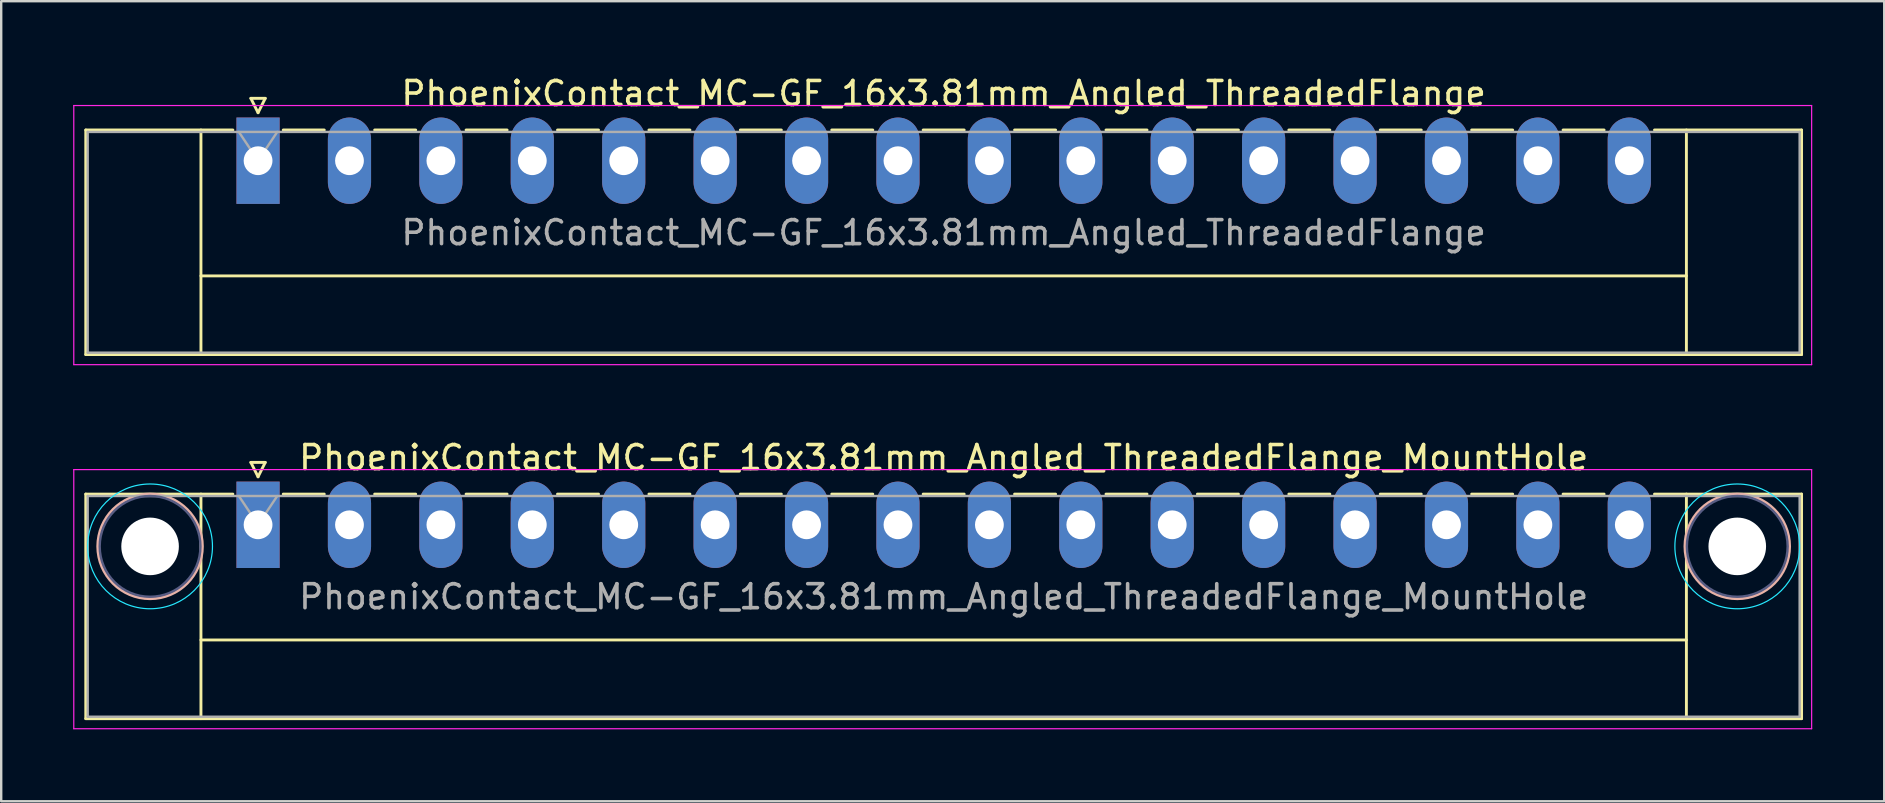
<source format=kicad_pcb>
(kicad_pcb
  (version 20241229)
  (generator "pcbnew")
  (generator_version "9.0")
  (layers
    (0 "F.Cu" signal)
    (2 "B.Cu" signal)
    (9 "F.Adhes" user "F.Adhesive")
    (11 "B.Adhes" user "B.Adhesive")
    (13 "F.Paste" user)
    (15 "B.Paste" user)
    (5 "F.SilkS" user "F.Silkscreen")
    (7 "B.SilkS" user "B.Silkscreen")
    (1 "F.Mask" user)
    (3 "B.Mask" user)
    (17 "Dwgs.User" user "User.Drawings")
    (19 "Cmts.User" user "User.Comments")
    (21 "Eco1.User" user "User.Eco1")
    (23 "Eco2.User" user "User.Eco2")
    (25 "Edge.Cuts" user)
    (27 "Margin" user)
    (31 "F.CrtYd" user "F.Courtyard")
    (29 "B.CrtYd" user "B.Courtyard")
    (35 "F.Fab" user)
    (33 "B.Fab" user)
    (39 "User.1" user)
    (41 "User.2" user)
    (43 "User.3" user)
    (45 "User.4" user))
  (footprint "PhoenixContact_MC-GF_16x3.81mm_Angled_ThreadedFlange_MountHole"
    (layer "F.Cu")
    (at 7.705 18.822)
    (property "Reference" "PhoenixContact_MC-GF_16x3.81mm_Angled_ThreadedFlange_MountHole" (at 28.575 -2.8 0) (layer "F.SilkS") (effects (font (size 1 1) (thickness 0.15))))
    (attr through_hole)
    (fp_line (start -7.18 -1.28) (end -7.18 8.08) (stroke (width 0.12) (type solid)) (layer "F.SilkS"))
    (fp_line (start -7.18 -1.28) (end -1.05 -1.28) (stroke (width 0.12) (type solid)) (layer "F.SilkS"))
    (fp_line (start -7.18 8.08) (end 64.33 8.08) (stroke (width 0.12) (type solid)) (layer "F.SilkS"))
    (fp_line (start -2.38 -1.28) (end -2.38 8.08) (stroke (width 0.12) (type solid)) (layer "F.SilkS"))
    (fp_line (start -2.38 4.8) (end 59.53 4.8) (stroke (width 0.12) (type solid)) (layer "F.SilkS"))
    (fp_line (start -0.3 -2.6) (end 0.3 -2.6) (stroke (width 0.12) (type solid)) (layer "F.SilkS"))
    (fp_line (start 0 -2) (end -0.3 -2.6) (stroke (width 0.12) (type solid)) (layer "F.SilkS"))
    (fp_line (start 0.3 -2.6) (end 0 -2) (stroke (width 0.12) (type solid)) (layer "F.SilkS"))
    (fp_line (start 1.05 -1.28) (end 2.76 -1.28) (stroke (width 0.12) (type solid)) (layer "F.SilkS"))
    (fp_line (start 4.86 -1.28) (end 6.57 -1.28) (stroke (width 0.12) (type solid)) (layer "F.SilkS"))
    (fp_line (start 8.67 -1.28) (end 10.38 -1.28) (stroke (width 0.12) (type solid)) (layer "F.SilkS"))
    (fp_line (start 12.48 -1.28) (end 14.19 -1.28) (stroke (width 0.12) (type solid)) (layer "F.SilkS"))
    (fp_line (start 16.29 -1.28) (end 18 -1.28) (stroke (width 0.12) (type solid)) (layer "F.SilkS"))
    (fp_line (start 20.1 -1.28) (end 21.81 -1.28) (stroke (width 0.12) (type solid)) (layer "F.SilkS"))
    (fp_line (start 23.91 -1.28) (end 25.62 -1.28) (stroke (width 0.12) (type solid)) (layer "F.SilkS"))
    (fp_line (start 27.72 -1.28) (end 29.43 -1.28) (stroke (width 0.12) (type solid)) (layer "F.SilkS"))
    (fp_line (start 31.53 -1.28) (end 33.24 -1.28) (stroke (width 0.12) (type solid)) (layer "F.SilkS"))
    (fp_line (start 35.34 -1.28) (end 37.05 -1.28) (stroke (width 0.12) (type solid)) (layer "F.SilkS"))
    (fp_line (start 39.15 -1.28) (end 40.86 -1.28) (stroke (width 0.12) (type solid)) (layer "F.SilkS"))
    (fp_line (start 42.96 -1.28) (end 44.67 -1.28) (stroke (width 0.12) (type solid)) (layer "F.SilkS"))
    (fp_line (start 46.77 -1.28) (end 48.48 -1.28) (stroke (width 0.12) (type solid)) (layer "F.SilkS"))
    (fp_line (start 50.58 -1.28) (end 52.29 -1.28) (stroke (width 0.12) (type solid)) (layer "F.SilkS"))
    (fp_line (start 54.39 -1.28) (end 56.1 -1.28) (stroke (width 0.12) (type solid)) (layer "F.SilkS"))
    (fp_line (start 59.53 -1.28) (end 59.53 8.08) (stroke (width 0.12) (type solid)) (layer "F.SilkS"))
    (fp_line (start 64.33 -1.28) (end 58.2 -1.28) (stroke (width 0.12) (type solid)) (layer "F.SilkS"))
    (fp_line (start 64.33 8.08) (end 64.33 -1.28) (stroke (width 0.12) (type solid)) (layer "F.SilkS"))
    (fp_circle (center -4.5 0.9) (end -2.32 0.9) (stroke (width 0.12) (type solid)) (fill no) (layer "B.SilkS"))
    (fp_circle (center 61.65 0.9) (end 63.83 0.9) (stroke (width 0.12) (type solid)) (fill no) (layer "B.SilkS"))
    (fp_circle (center -4.5 0.9) (end -1.9 0.9) (stroke (width 0.05) (type solid)) (fill no) (layer "B.CrtYd"))
    (fp_circle (center 61.65 0.9) (end 64.25 0.9) (stroke (width 0.05) (type solid)) (fill no) (layer "B.CrtYd"))
    (fp_line (start -7.68 -2.3) (end -7.68 8.5) (stroke (width 0.05) (type solid)) (layer "F.CrtYd"))
    (fp_line (start -7.68 8.5) (end 64.75 8.5) (stroke (width 0.05) (type solid)) (layer "F.CrtYd"))
    (fp_line (start 64.75 -2.3) (end -7.68 -2.3) (stroke (width 0.05) (type solid)) (layer "F.CrtYd"))
    (fp_line (start 64.75 8.5) (end 64.75 -2.3) (stroke (width 0.05) (type solid)) (layer "F.CrtYd"))
    (fp_circle (center -4.5 0.9) (end -2.4 0.9) (stroke (width 0.1) (type solid)) (fill no) (layer "B.Fab"))
    (fp_circle (center 61.65 0.9) (end 63.75 0.9) (stroke (width 0.1) (type solid)) (fill no) (layer "B.Fab"))
    (fp_line (start -7.1 -1.2) (end -7.1 8) (stroke (width 0.1) (type solid)) (layer "F.Fab"))
    (fp_line (start -7.1 8) (end 64.25 8) (stroke (width 0.1) (type solid)) (layer "F.Fab"))
    (fp_line (start 0 0) (end -0.8 -1.2) (stroke (width 0.1) (type solid)) (layer "F.Fab"))
    (fp_line (start 0.8 -1.2) (end 0 0) (stroke (width 0.1) (type solid)) (layer "F.Fab"))
    (fp_line (start 64.25 -1.2) (end -7.1 -1.2) (stroke (width 0.1) (type solid)) (layer "F.Fab"))
    (fp_line (start 64.25 8) (end 64.25 -1.2) (stroke (width 0.1) (type solid)) (layer "F.Fab"))
    (fp_text user "${REFERENCE}" (at 28.575 3 0) (layer "F.Fab") (effects (font (size 1 1) (thickness 0.15))))
    (pad "" np_thru_hole circle (at -4.5 0.9) (size 2.4 2.4) (drill 2.4) (layers "*.Cu" "*.Mask"))
    (pad "" np_thru_hole circle (at 61.65 0.9) (size 2.4 2.4) (drill 2.4) (layers "*.Cu" "*.Mask"))
    (pad "1" thru_hole rect (at 0 0) (size 1.8 3.6) (drill 1.2) (layers "*.Cu" "*.Mask"))
    (pad "2" thru_hole oval (at 3.81 0) (size 1.8 3.6) (drill 1.2) (layers "*.Cu" "*.Mask"))
    (pad "3" thru_hole oval (at 7.62 0) (size 1.8 3.6) (drill 1.2) (layers "*.Cu" "*.Mask"))
    (pad "4" thru_hole oval (at 11.43 0) (size 1.8 3.6) (drill 1.2) (layers "*.Cu" "*.Mask"))
    (pad "5" thru_hole oval (at 15.24 0) (size 1.8 3.6) (drill 1.2) (layers "*.Cu" "*.Mask"))
    (pad "6" thru_hole oval (at 19.05 0) (size 1.8 3.6) (drill 1.2) (layers "*.Cu" "*.Mask"))
    (pad "7" thru_hole oval (at 22.86 0) (size 1.8 3.6) (drill 1.2) (layers "*.Cu" "*.Mask"))
    (pad "8" thru_hole oval (at 26.67 0) (size 1.8 3.6) (drill 1.2) (layers "*.Cu" "*.Mask"))
    (pad "9" thru_hole oval (at 30.48 0) (size 1.8 3.6) (drill 1.2) (layers "*.Cu" "*.Mask"))
    (pad "10" thru_hole oval (at 34.29 0) (size 1.8 3.6) (drill 1.2) (layers "*.Cu" "*.Mask"))
    (pad "11" thru_hole oval (at 38.1 0) (size 1.8 3.6) (drill 1.2) (layers "*.Cu" "*.Mask"))
    (pad "12" thru_hole oval (at 41.91 0) (size 1.8 3.6) (drill 1.2) (layers "*.Cu" "*.Mask"))
    (pad "13" thru_hole oval (at 45.72 0) (size 1.8 3.6) (drill 1.2) (layers "*.Cu" "*.Mask"))
    (pad "14" thru_hole oval (at 49.53 0) (size 1.8 3.6) (drill 1.2) (layers "*.Cu" "*.Mask"))
    (pad "15" thru_hole oval (at 53.34 0) (size 1.8 3.6) (drill 1.2) (layers "*.Cu" "*.Mask"))
    (pad "16" thru_hole oval (at 57.15 0) (size 1.8 3.6) (drill 1.2) (layers "*.Cu" "*.Mask")))
  (footprint "PhoenixContact_MC-GF_16x3.81mm_Angled_ThreadedFlange"
    (layer "F.Cu")
    (at 7.705 3.648)
    (property "Reference" "PhoenixContact_MC-GF_16x3.81mm_Angled_ThreadedFlange" (at 28.575 -2.8 0) (layer "F.SilkS") (effects (font (size 1 1) (thickness 0.15))))
    (attr through_hole)
    (fp_line (start -7.18 -1.28) (end -7.18 8.08) (stroke (width 0.12) (type solid)) (layer "F.SilkS"))
    (fp_line (start -7.18 -1.28) (end -1.05 -1.28) (stroke (width 0.12) (type solid)) (layer "F.SilkS"))
    (fp_line (start -7.18 8.08) (end 64.33 8.08) (stroke (width 0.12) (type solid)) (layer "F.SilkS"))
    (fp_line (start -2.38 -1.28) (end -2.38 8.08) (stroke (width 0.12) (type solid)) (layer "F.SilkS"))
    (fp_line (start -2.38 4.8) (end 59.53 4.8) (stroke (width 0.12) (type solid)) (layer "F.SilkS"))
    (fp_line (start -0.3 -2.6) (end 0.3 -2.6) (stroke (width 0.12) (type solid)) (layer "F.SilkS"))
    (fp_line (start 0 -2) (end -0.3 -2.6) (stroke (width 0.12) (type solid)) (layer "F.SilkS"))
    (fp_line (start 0.3 -2.6) (end 0 -2) (stroke (width 0.12) (type solid)) (layer "F.SilkS"))
    (fp_line (start 1.05 -1.28) (end 2.76 -1.28) (stroke (width 0.12) (type solid)) (layer "F.SilkS"))
    (fp_line (start 4.86 -1.28) (end 6.57 -1.28) (stroke (width 0.12) (type solid)) (layer "F.SilkS"))
    (fp_line (start 8.67 -1.28) (end 10.38 -1.28) (stroke (width 0.12) (type solid)) (layer "F.SilkS"))
    (fp_line (start 12.48 -1.28) (end 14.19 -1.28) (stroke (width 0.12) (type solid)) (layer "F.SilkS"))
    (fp_line (start 16.29 -1.28) (end 18 -1.28) (stroke (width 0.12) (type solid)) (layer "F.SilkS"))
    (fp_line (start 20.1 -1.28) (end 21.81 -1.28) (stroke (width 0.12) (type solid)) (layer "F.SilkS"))
    (fp_line (start 23.91 -1.28) (end 25.62 -1.28) (stroke (width 0.12) (type solid)) (layer "F.SilkS"))
    (fp_line (start 27.72 -1.28) (end 29.43 -1.28) (stroke (width 0.12) (type solid)) (layer "F.SilkS"))
    (fp_line (start 31.53 -1.28) (end 33.24 -1.28) (stroke (width 0.12) (type solid)) (layer "F.SilkS"))
    (fp_line (start 35.34 -1.28) (end 37.05 -1.28) (stroke (width 0.12) (type solid)) (layer "F.SilkS"))
    (fp_line (start 39.15 -1.28) (end 40.86 -1.28) (stroke (width 0.12) (type solid)) (layer "F.SilkS"))
    (fp_line (start 42.96 -1.28) (end 44.67 -1.28) (stroke (width 0.12) (type solid)) (layer "F.SilkS"))
    (fp_line (start 46.77 -1.28) (end 48.48 -1.28) (stroke (width 0.12) (type solid)) (layer "F.SilkS"))
    (fp_line (start 50.58 -1.28) (end 52.29 -1.28) (stroke (width 0.12) (type solid)) (layer "F.SilkS"))
    (fp_line (start 54.39 -1.28) (end 56.1 -1.28) (stroke (width 0.12) (type solid)) (layer "F.SilkS"))
    (fp_line (start 59.53 -1.28) (end 59.53 8.08) (stroke (width 0.12) (type solid)) (layer "F.SilkS"))
    (fp_line (start 64.33 -1.28) (end 58.2 -1.28) (stroke (width 0.12) (type solid)) (layer "F.SilkS"))
    (fp_line (start 64.33 8.08) (end 64.33 -1.28) (stroke (width 0.12) (type solid)) (layer "F.SilkS"))
    (fp_line (start -7.68 -2.3) (end -7.68 8.5) (stroke (width 0.05) (type solid)) (layer "F.CrtYd"))
    (fp_line (start -7.68 8.5) (end 64.75 8.5) (stroke (width 0.05) (type solid)) (layer "F.CrtYd"))
    (fp_line (start 64.75 -2.3) (end -7.68 -2.3) (stroke (width 0.05) (type solid)) (layer "F.CrtYd"))
    (fp_line (start 64.75 8.5) (end 64.75 -2.3) (stroke (width 0.05) (type solid)) (layer "F.CrtYd"))
    (fp_line (start -7.1 -1.2) (end -7.1 8) (stroke (width 0.1) (type solid)) (layer "F.Fab"))
    (fp_line (start -7.1 8) (end 64.25 8) (stroke (width 0.1) (type solid)) (layer "F.Fab"))
    (fp_line (start 0 0) (end -0.8 -1.2) (stroke (width 0.1) (type solid)) (layer "F.Fab"))
    (fp_line (start 0.8 -1.2) (end 0 0) (stroke (width 0.1) (type solid)) (layer "F.Fab"))
    (fp_line (start 64.25 -1.2) (end -7.1 -1.2) (stroke (width 0.1) (type solid)) (layer "F.Fab"))
    (fp_line (start 64.25 8) (end 64.25 -1.2) (stroke (width 0.1) (type solid)) (layer "F.Fab"))
    (fp_text user "${REFERENCE}" (at 28.575 3 0) (layer "F.Fab") (effects (font (size 1 1) (thickness 0.15))))
    (pad "1" thru_hole rect (at 0 0) (size 1.8 3.6) (drill 1.2) (layers "*.Cu" "*.Mask"))
    (pad "2" thru_hole oval (at 3.81 0) (size 1.8 3.6) (drill 1.2) (layers "*.Cu" "*.Mask"))
    (pad "3" thru_hole oval (at 7.62 0) (size 1.8 3.6) (drill 1.2) (layers "*.Cu" "*.Mask"))
    (pad "4" thru_hole oval (at 11.43 0) (size 1.8 3.6) (drill 1.2) (layers "*.Cu" "*.Mask"))
    (pad "5" thru_hole oval (at 15.24 0) (size 1.8 3.6) (drill 1.2) (layers "*.Cu" "*.Mask"))
    (pad "6" thru_hole oval (at 19.05 0) (size 1.8 3.6) (drill 1.2) (layers "*.Cu" "*.Mask"))
    (pad "7" thru_hole oval (at 22.86 0) (size 1.8 3.6) (drill 1.2) (layers "*.Cu" "*.Mask"))
    (pad "8" thru_hole oval (at 26.67 0) (size 1.8 3.6) (drill 1.2) (layers "*.Cu" "*.Mask"))
    (pad "9" thru_hole oval (at 30.48 0) (size 1.8 3.6) (drill 1.2) (layers "*.Cu" "*.Mask"))
    (pad "10" thru_hole oval (at 34.29 0) (size 1.8 3.6) (drill 1.2) (layers "*.Cu" "*.Mask"))
    (pad "11" thru_hole oval (at 38.1 0) (size 1.8 3.6) (drill 1.2) (layers "*.Cu" "*.Mask"))
    (pad "12" thru_hole oval (at 41.91 0) (size 1.8 3.6) (drill 1.2) (layers "*.Cu" "*.Mask"))
    (pad "13" thru_hole oval (at 45.72 0) (size 1.8 3.6) (drill 1.2) (layers "*.Cu" "*.Mask"))
    (pad "14" thru_hole oval (at 49.53 0) (size 1.8 3.6) (drill 1.2) (layers "*.Cu" "*.Mask"))
    (pad "15" thru_hole oval (at 53.34 0) (size 1.8 3.6) (drill 1.2) (layers "*.Cu" "*.Mask"))
    (pad "16" thru_hole oval (at 57.15 0) (size 1.8 3.6) (drill 1.2) (layers "*.Cu" "*.Mask")))
  (gr_rect
    (start -3 -3)
    (end 75.48 30.346)
    (stroke (width 0.1) (type default))
    (fill no)
    (layer "Edge.Cuts")))
</source>
